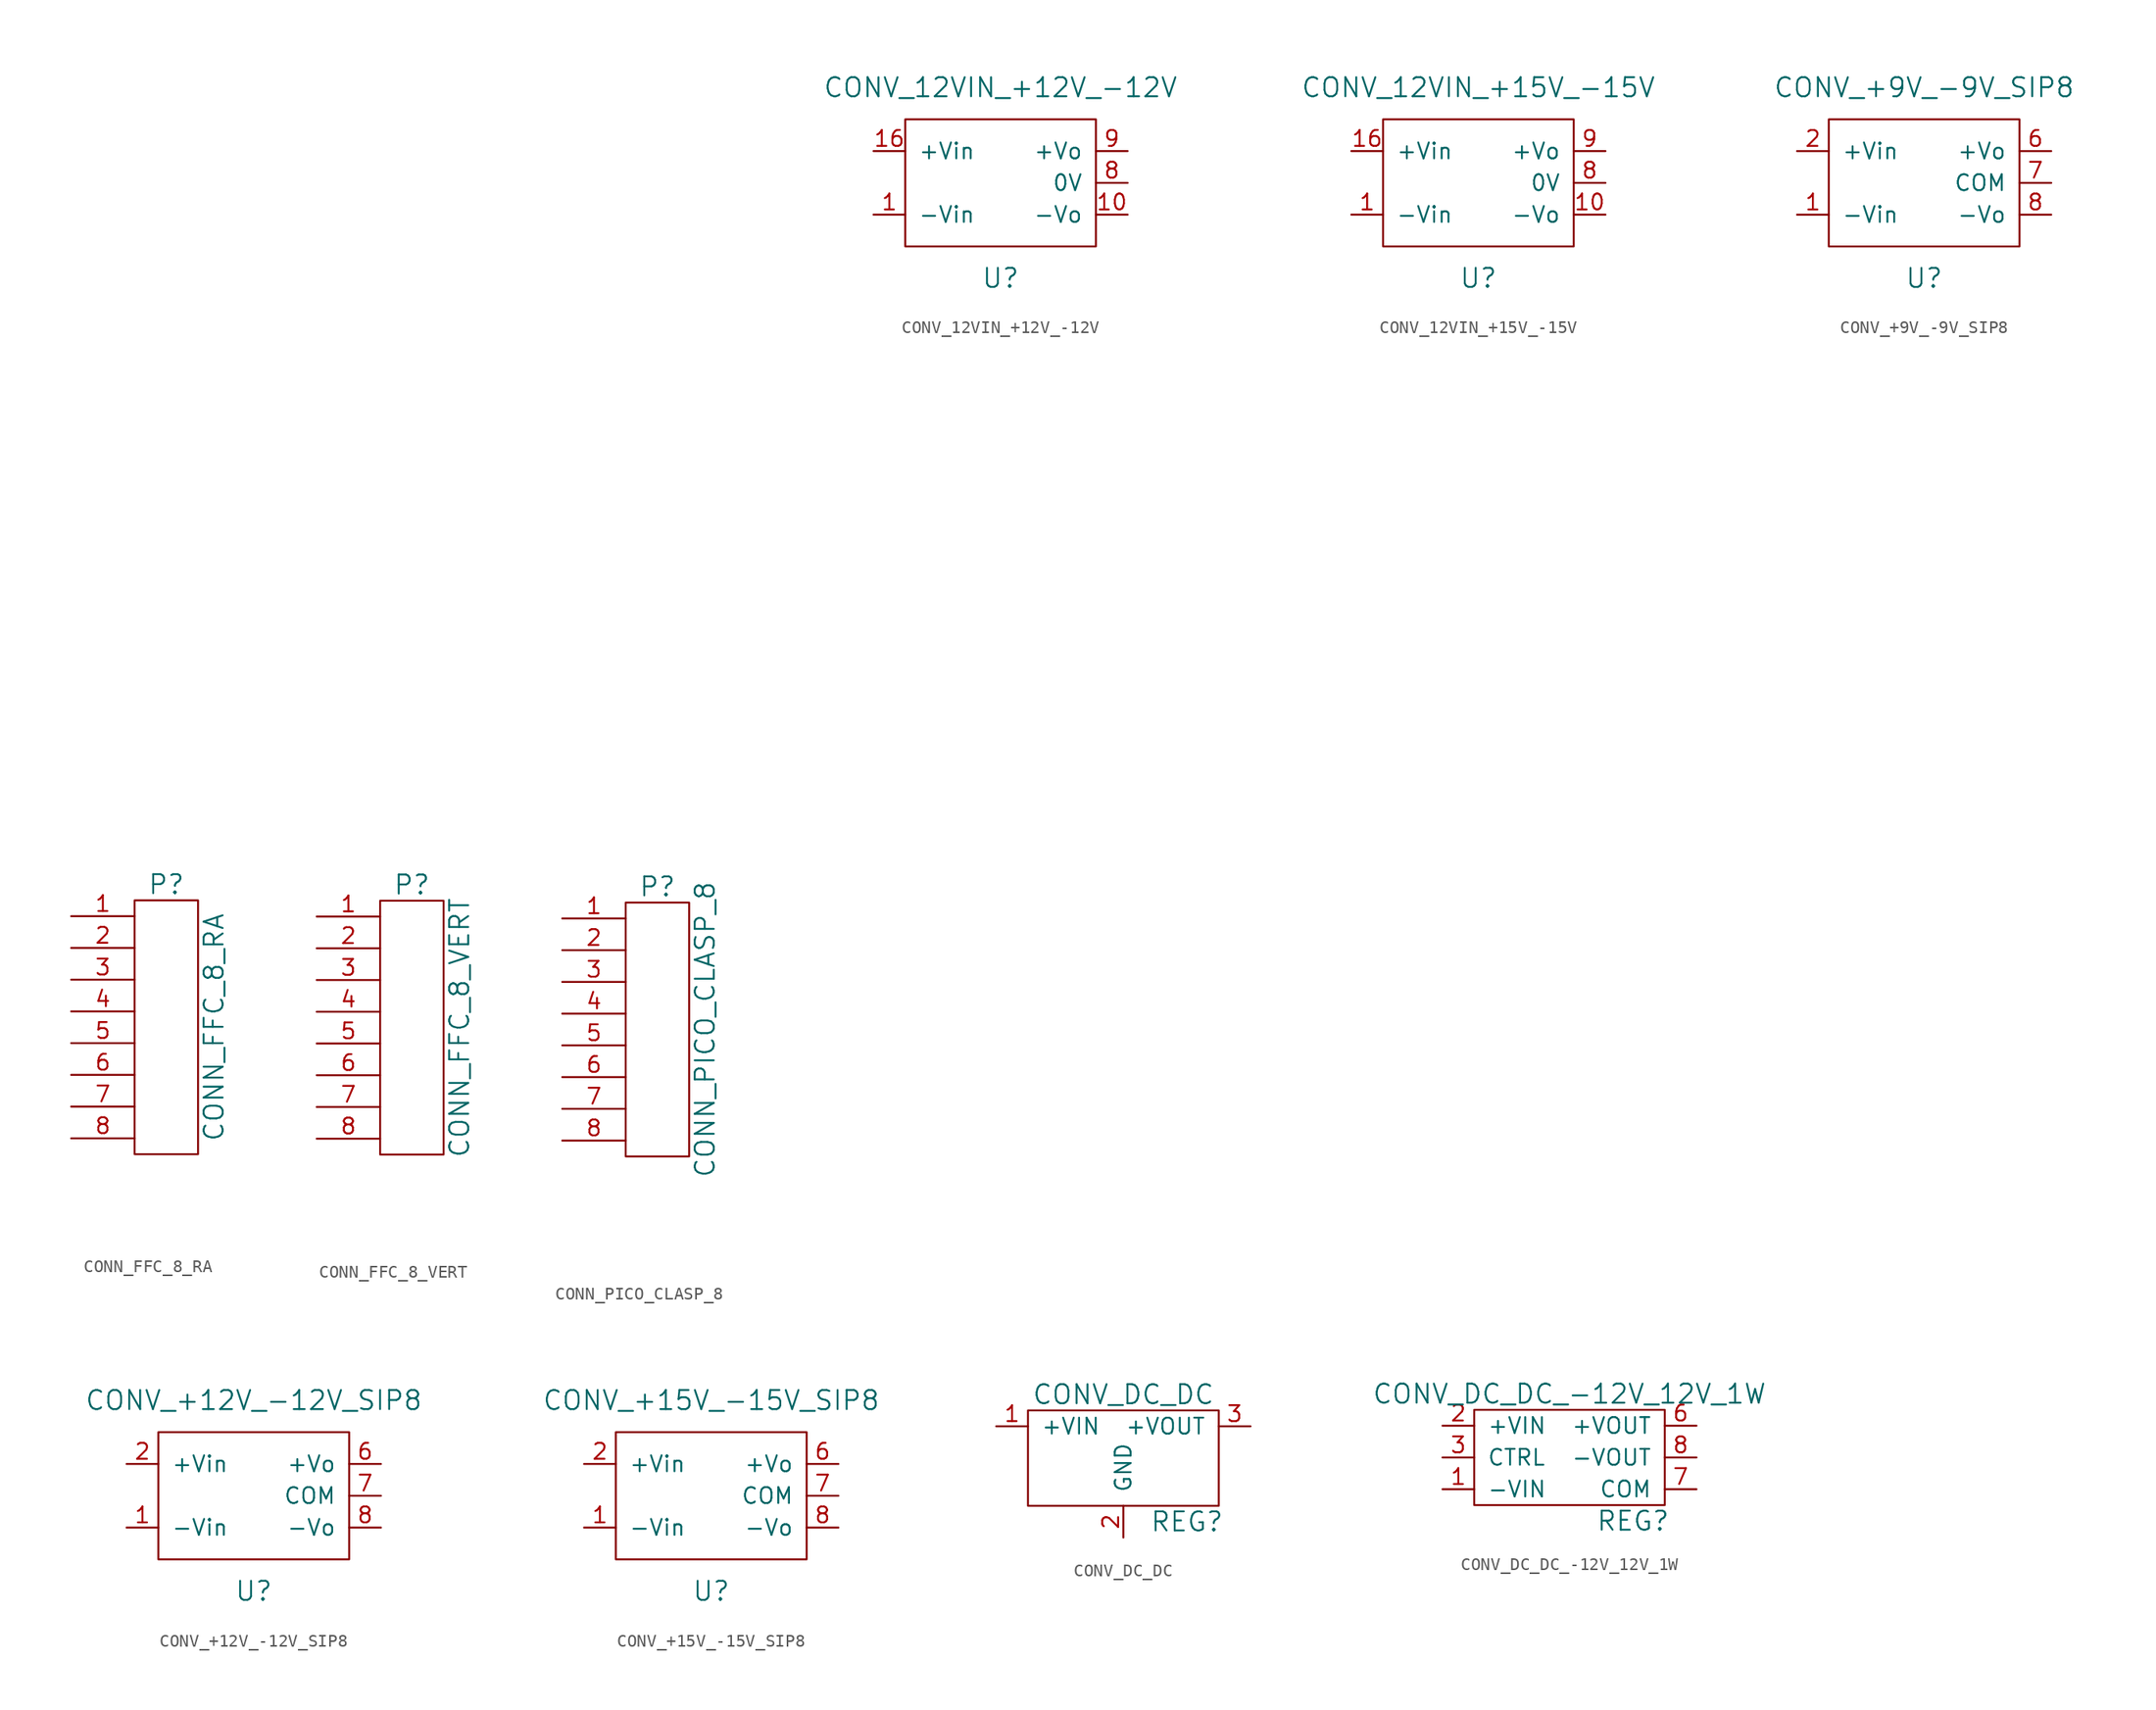
<source format=kicad_sym>
(kicad_symbol_lib
  (version 20211014)
  (generator kicad_symbol_editor)
  (symbol "CONN_FFC_8_RA"
    (pin_names
      (offset 1.016))
    (property "Reference" "P"
      (at 0 11.43 0)
      (effects (font (size 1.524 1.524))))
    (property "Value" "CONN_FFC_8_RA"
      (at 3.81 0 90)
      (effects (font (size 1.524 1.524))))
    (property "Datasheet" ""
      (at 1.27 69.85 0)
      (effects (font (size 1.524 1.524))))
    (symbol "CONN_FFC_8_RA_0_1"
      (rectangle (start -2.54 10.16) (end 2.54 -10.16) (stroke (width 0) (type default) (color 0 0 0 0)) (fill (type none))))
    (symbol "CONN_FFC_8_RA_1_1"
      (pin passive line (at -7.62 8.89 0) (length 5.08) (name "~" (effects (font (size 1.27 1.27)))) (number "1" (effects (font (size 1.27 1.27)))))
      (pin passive line (at -7.62 6.35 0) (length 5.08) (name "~" (effects (font (size 1.27 1.27)))) (number "2" (effects (font (size 1.27 1.27)))))
      (pin passive line (at -7.62 3.81 0) (length 5.08) (name "~" (effects (font (size 1.27 1.27)))) (number "3" (effects (font (size 1.27 1.27)))))
      (pin passive line (at -7.62 1.27 0) (length 5.08) (name "~" (effects (font (size 1.27 1.27)))) (number "4" (effects (font (size 1.27 1.27)))))
      (pin passive line (at -7.62 -1.27 0) (length 5.08) (name "~" (effects (font (size 1.27 1.27)))) (number "5" (effects (font (size 1.27 1.27)))))
      (pin passive line (at -7.62 -3.81 0) (length 5.08) (name "~" (effects (font (size 1.27 1.27)))) (number "6" (effects (font (size 1.27 1.27)))))
      (pin passive line (at -7.62 -6.35 0) (length 5.08) (name "~" (effects (font (size 1.27 1.27)))) (number "7" (effects (font (size 1.27 1.27)))))
      (pin passive line (at -7.62 -8.89 0) (length 5.08) (name "~" (effects (font (size 1.27 1.27)))) (number "8" (effects (font (size 1.27 1.27)))))))
  (symbol "CONN_FFC_8_VERT"
    (pin_names
      (offset 1.016))
    (property "Reference" "P"
      (at 0 11.43 0)
      (effects (font (size 1.524 1.524))))
    (property "Value" "CONN_FFC_8_VERT"
      (at 3.81 0 90)
      (effects (font (size 1.524 1.524))))
    (property "Datasheet" ""
      (at 1.27 69.85 0)
      (effects (font (size 1.524 1.524))))
    (symbol "CONN_FFC_8_VERT_0_1"
      (rectangle (start -2.54 10.16) (end 2.54 -10.16) (stroke (width 0) (type default) (color 0 0 0 0)) (fill (type none))))
    (symbol "CONN_FFC_8_VERT_1_1"
      (pin passive line (at -7.62 8.89 0) (length 5.08) (name "~" (effects (font (size 1.27 1.27)))) (number "1" (effects (font (size 1.27 1.27)))))
      (pin passive line (at -7.62 6.35 0) (length 5.08) (name "~" (effects (font (size 1.27 1.27)))) (number "2" (effects (font (size 1.27 1.27)))))
      (pin passive line (at -7.62 3.81 0) (length 5.08) (name "~" (effects (font (size 1.27 1.27)))) (number "3" (effects (font (size 1.27 1.27)))))
      (pin passive line (at -7.62 1.27 0) (length 5.08) (name "~" (effects (font (size 1.27 1.27)))) (number "4" (effects (font (size 1.27 1.27)))))
      (pin passive line (at -7.62 -1.27 0) (length 5.08) (name "~" (effects (font (size 1.27 1.27)))) (number "5" (effects (font (size 1.27 1.27)))))
      (pin passive line (at -7.62 -3.81 0) (length 5.08) (name "~" (effects (font (size 1.27 1.27)))) (number "6" (effects (font (size 1.27 1.27)))))
      (pin passive line (at -7.62 -6.35 0) (length 5.08) (name "~" (effects (font (size 1.27 1.27)))) (number "7" (effects (font (size 1.27 1.27)))))
      (pin passive line (at -7.62 -8.89 0) (length 5.08) (name "~" (effects (font (size 1.27 1.27)))) (number "8" (effects (font (size 1.27 1.27)))))))
  (symbol "CONN_PICO_CLASP_8"
    (pin_names
      (offset 1.016))
    (property "Reference" "P"
      (at 0 11.43 0)
      (effects (font (size 1.524 1.524))))
    (property "Value" "CONN_PICO_CLASP_8"
      (at 3.81 0 90)
      (effects (font (size 1.524 1.524))))
    (property "Datasheet" ""
      (at 1.27 69.85 0)
      (effects (font (size 1.524 1.524))))
    (symbol "CONN_PICO_CLASP_8_0_1"
      (rectangle (start -2.54 10.16) (end 2.54 -10.16) (stroke (width 0) (type default) (color 0 0 0 0)) (fill (type none))))
    (symbol "CONN_PICO_CLASP_8_1_1"
      (pin passive line (at -7.62 8.89 0) (length 5.08) (name "~" (effects (font (size 1.27 1.27)))) (number "1" (effects (font (size 1.27 1.27)))))
      (pin passive line (at -7.62 6.35 0) (length 5.08) (name "~" (effects (font (size 1.27 1.27)))) (number "2" (effects (font (size 1.27 1.27)))))
      (pin passive line (at -7.62 3.81 0) (length 5.08) (name "~" (effects (font (size 1.27 1.27)))) (number "3" (effects (font (size 1.27 1.27)))))
      (pin passive line (at -7.62 1.27 0) (length 5.08) (name "~" (effects (font (size 1.27 1.27)))) (number "4" (effects (font (size 1.27 1.27)))))
      (pin passive line (at -7.62 -1.27 0) (length 5.08) (name "~" (effects (font (size 1.27 1.27)))) (number "5" (effects (font (size 1.27 1.27)))))
      (pin passive line (at -7.62 -3.81 0) (length 5.08) (name "~" (effects (font (size 1.27 1.27)))) (number "6" (effects (font (size 1.27 1.27)))))
      (pin passive line (at -7.62 -6.35 0) (length 5.08) (name "~" (effects (font (size 1.27 1.27)))) (number "7" (effects (font (size 1.27 1.27)))))
      (pin passive line (at -7.62 -8.89 0) (length 5.08) (name "~" (effects (font (size 1.27 1.27)))) (number "8" (effects (font (size 1.27 1.27)))))))
  (symbol "CONV_12VIN_+12V_-12V"
    (pin_names
      (offset 1.016))
    (property "Reference" "U"
      (at 0 -7.62 0)
      (effects (font (size 1.524 1.524))))
    (property "Value" "CONV_12VIN_+12V_-12V"
      (at 0 7.62 0)
      (effects (font (size 1.524 1.524))))
    (property "Datasheet" ""
      (at 0 -7.62 0)
      (effects (font (size 1.524 1.524))))
    (symbol "CONV_12VIN_+12V_-12V_0_1"
      (rectangle (start -7.62 5.08) (end 7.62 -5.08) (stroke (width 0) (type default) (color 0 0 0 0)) (fill (type none))))
    (symbol "CONV_12VIN_+12V_-12V_1_1"
      (pin power_in line (at -10.16 -2.54 0) (length 2.54) (name "-Vin" (effects (font (size 1.27 1.27)))) (number "1" (effects (font (size 1.27 1.27)))))
      (pin power_out line (at 10.16 -2.54 180) (length 2.54) (name "-Vo" (effects (font (size 1.27 1.27)))) (number "10" (effects (font (size 1.27 1.27)))))
      (pin power_in line (at -10.16 2.54 0) (length 2.54) (name "+Vin" (effects (font (size 1.27 1.27)))) (number "16" (effects (font (size 1.27 1.27)))))
      (pin power_out line (at 10.16 0 180) (length 2.54) (name "0V" (effects (font (size 1.27 1.27)))) (number "8" (effects (font (size 1.27 1.27)))))
      (pin power_out line (at 10.16 2.54 180) (length 2.54) (name "+Vo" (effects (font (size 1.27 1.27)))) (number "9" (effects (font (size 1.27 1.27)))))))
  (symbol "CONV_12VIN_+15V_-15V"
    (pin_names
      (offset 1.016))
    (property "Reference" "U"
      (at 0 -7.62 0)
      (effects (font (size 1.524 1.524))))
    (property "Value" "CONV_12VIN_+15V_-15V"
      (at 0 7.62 0)
      (effects (font (size 1.524 1.524))))
    (property "Datasheet" ""
      (at 0 -7.62 0)
      (effects (font (size 1.524 1.524))))
    (symbol "CONV_12VIN_+15V_-15V_0_1"
      (rectangle (start -7.62 5.08) (end 7.62 -5.08) (stroke (width 0) (type default) (color 0 0 0 0)) (fill (type none))))
    (symbol "CONV_12VIN_+15V_-15V_1_1"
      (pin power_in line (at -10.16 -2.54 0) (length 2.54) (name "-Vin" (effects (font (size 1.27 1.27)))) (number "1" (effects (font (size 1.27 1.27)))))
      (pin power_out line (at 10.16 -2.54 180) (length 2.54) (name "-Vo" (effects (font (size 1.27 1.27)))) (number "10" (effects (font (size 1.27 1.27)))))
      (pin power_in line (at -10.16 2.54 0) (length 2.54) (name "+Vin" (effects (font (size 1.27 1.27)))) (number "16" (effects (font (size 1.27 1.27)))))
      (pin power_out line (at 10.16 0 180) (length 2.54) (name "0V" (effects (font (size 1.27 1.27)))) (number "8" (effects (font (size 1.27 1.27)))))
      (pin power_out line (at 10.16 2.54 180) (length 2.54) (name "+Vo" (effects (font (size 1.27 1.27)))) (number "9" (effects (font (size 1.27 1.27)))))))
  (symbol "CONV_+9V_-9V_SIP8"
    (pin_names
      (offset 1.016))
    (property "Reference" "U"
      (at 0 -7.62 0)
      (effects (font (size 1.524 1.524))))
    (property "Value" "CONV_+9V_-9V_SIP8"
      (at 0 7.62 0)
      (effects (font (size 1.524 1.524))))
    (property "Datasheet" ""
      (at 0 -7.62 0)
      (effects (font (size 1.524 1.524))))
    (symbol "CONV_+9V_-9V_SIP8_0_1"
      (rectangle (start -7.62 5.08) (end 7.62 -5.08) (stroke (width 0) (type default) (color 0 0 0 0)) (fill (type none))))
    (symbol "CONV_+9V_-9V_SIP8_1_1"
      (pin power_in line (at -10.16 -2.54 0) (length 2.54) (name "-Vin" (effects (font (size 1.27 1.27)))) (number "1" (effects (font (size 1.27 1.27)))))
      (pin power_in line (at -10.16 2.54 0) (length 2.54) (name "+Vin" (effects (font (size 1.27 1.27)))) (number "2" (effects (font (size 1.27 1.27)))))
      (pin power_out line (at 10.16 2.54 180) (length 2.54) (name "+Vo" (effects (font (size 1.27 1.27)))) (number "6" (effects (font (size 1.27 1.27)))))
      (pin power_out line (at 10.16 0 180) (length 2.54) (name "COM" (effects (font (size 1.27 1.27)))) (number "7" (effects (font (size 1.27 1.27)))))
      (pin power_out line (at 10.16 -2.54 180) (length 2.54) (name "-Vo" (effects (font (size 1.27 1.27)))) (number "8" (effects (font (size 1.27 1.27)))))))
  (symbol "CONV_+12V_-12V_SIP8"
    (pin_names
      (offset 1.016))
    (property "Reference" "U"
      (at 0 -7.62 0)
      (effects (font (size 1.524 1.524))))
    (property "Value" "CONV_+12V_-12V_SIP8"
      (at 0 7.62 0)
      (effects (font (size 1.524 1.524))))
    (property "Datasheet" ""
      (at 0 -7.62 0)
      (effects (font (size 1.524 1.524))))
    (symbol "CONV_+12V_-12V_SIP8_0_1"
      (rectangle (start -7.62 5.08) (end 7.62 -5.08) (stroke (width 0) (type default) (color 0 0 0 0)) (fill (type none))))
    (symbol "CONV_+12V_-12V_SIP8_1_1"
      (pin power_in line (at -10.16 -2.54 0) (length 2.54) (name "-Vin" (effects (font (size 1.27 1.27)))) (number "1" (effects (font (size 1.27 1.27)))))
      (pin power_in line (at -10.16 2.54 0) (length 2.54) (name "+Vin" (effects (font (size 1.27 1.27)))) (number "2" (effects (font (size 1.27 1.27)))))
      (pin power_out line (at 10.16 2.54 180) (length 2.54) (name "+Vo" (effects (font (size 1.27 1.27)))) (number "6" (effects (font (size 1.27 1.27)))))
      (pin power_out line (at 10.16 0 180) (length 2.54) (name "COM" (effects (font (size 1.27 1.27)))) (number "7" (effects (font (size 1.27 1.27)))))
      (pin power_out line (at 10.16 -2.54 180) (length 2.54) (name "-Vo" (effects (font (size 1.27 1.27)))) (number "8" (effects (font (size 1.27 1.27)))))))
  (symbol "CONV_+15V_-15V_SIP8"
    (pin_names
      (offset 1.016))
    (property "Reference" "U"
      (at 0 -7.62 0)
      (effects (font (size 1.524 1.524))))
    (property "Value" "CONV_+15V_-15V_SIP8"
      (at 0 7.62 0)
      (effects (font (size 1.524 1.524))))
    (property "Datasheet" ""
      (at 0 -7.62 0)
      (effects (font (size 1.524 1.524))))
    (symbol "CONV_+15V_-15V_SIP8_0_1"
      (rectangle (start -7.62 5.08) (end 7.62 -5.08) (stroke (width 0) (type default) (color 0 0 0 0)) (fill (type none))))
    (symbol "CONV_+15V_-15V_SIP8_1_1"
      (pin power_in line (at -10.16 -2.54 0) (length 2.54) (name "-Vin" (effects (font (size 1.27 1.27)))) (number "1" (effects (font (size 1.27 1.27)))))
      (pin power_in line (at -10.16 2.54 0) (length 2.54) (name "+Vin" (effects (font (size 1.27 1.27)))) (number "2" (effects (font (size 1.27 1.27)))))
      (pin power_out line (at 10.16 2.54 180) (length 2.54) (name "+Vo" (effects (font (size 1.27 1.27)))) (number "6" (effects (font (size 1.27 1.27)))))
      (pin power_out line (at 10.16 0 180) (length 2.54) (name "COM" (effects (font (size 1.27 1.27)))) (number "7" (effects (font (size 1.27 1.27)))))
      (pin power_out line (at 10.16 -2.54 180) (length 2.54) (name "-Vo" (effects (font (size 1.27 1.27)))) (number "8" (effects (font (size 1.27 1.27)))))))
  (symbol "CONV_DC_DC"
    (pin_names
      (offset 1.016))
    (property "Reference" "REG"
      (at 5.08 -7.62 0)
      (effects (font (size 1.524 1.524))))
    (property "Value" "CONV_DC_DC"
      (at 0 2.54 0)
      (effects (font (size 1.524 1.524))))
    (property "Footprint" ""
      (at 0 0 0)
      (effects (font (size 1.524 1.524))))
    (property "Datasheet" ""
      (at 0 0 0)
      (effects (font (size 1.524 1.524))))
    (symbol "CONV_DC_DC_0_1"
      (rectangle (start -7.62 1.27) (end 7.62 -6.35) (stroke (width 0) (type default) (color 0 0 0 0)) (fill (type none))))
    (symbol "CONV_DC_DC_1_1"
      (pin power_in line (at -10.16 0 0) (length 2.54) (name "+VIN" (effects (font (size 1.27 1.27)))) (number "1" (effects (font (size 1.27 1.27)))))
      (pin power_in line (at 0 -8.89 90) (length 2.54) (name "GND" (effects (font (size 1.27 1.27)))) (number "2" (effects (font (size 1.27 1.27)))))
      (pin power_out line (at 10.16 0 180) (length 2.54) (name "+VOUT" (effects (font (size 1.27 1.27)))) (number "3" (effects (font (size 1.27 1.27)))))))
  (symbol "CONV_DC_DC_-12V_12V_1W"
    (pin_names
      (offset 1.016))
    (property "Reference" "REG"
      (at 5.08 -7.62 0)
      (effects (font (size 1.524 1.524))))
    (property "Value" "CONV_DC_DC_-12V_12V_1W"
      (at 0 2.54 0)
      (effects (font (size 1.524 1.524))))
    (property "Datasheet" ""
      (at 0 0 0)
      (effects (font (size 1.524 1.524))))
    (symbol "CONV_DC_DC_-12V_12V_1W_0_1"
      (rectangle (start -7.62 1.27) (end 7.62 -6.35) (stroke (width 0) (type default) (color 0 0 0 0)) (fill (type none))))
    (symbol "CONV_DC_DC_-12V_12V_1W_1_1"
      (pin power_in line (at -10.16 -5.08 0) (length 2.54) (name "-VIN" (effects (font (size 1.27 1.27)))) (number "1" (effects (font (size 1.27 1.27)))))
      (pin power_in line (at -10.16 0 0) (length 2.54) (name "+VIN" (effects (font (size 1.27 1.27)))) (number "2" (effects (font (size 1.27 1.27)))))
      (pin input line (at -10.16 -2.54 0) (length 2.54) (name "CTRL" (effects (font (size 1.27 1.27)))) (number "3" (effects (font (size 1.27 1.27)))))
      (pin power_out line (at 10.16 0 180) (length 2.54) (name "+VOUT" (effects (font (size 1.27 1.27)))) (number "6" (effects (font (size 1.27 1.27)))))
      (pin passive line (at 10.16 -5.08 180) (length 2.54) (name "COM" (effects (font (size 1.27 1.27)))) (number "7" (effects (font (size 1.27 1.27)))))
      (pin power_out line (at 10.16 -2.54 180) (length 2.54) (name "-VOUT" (effects (font (size 1.27 1.27)))) (number "8" (effects (font (size 1.27 1.27))))))))
</source>
